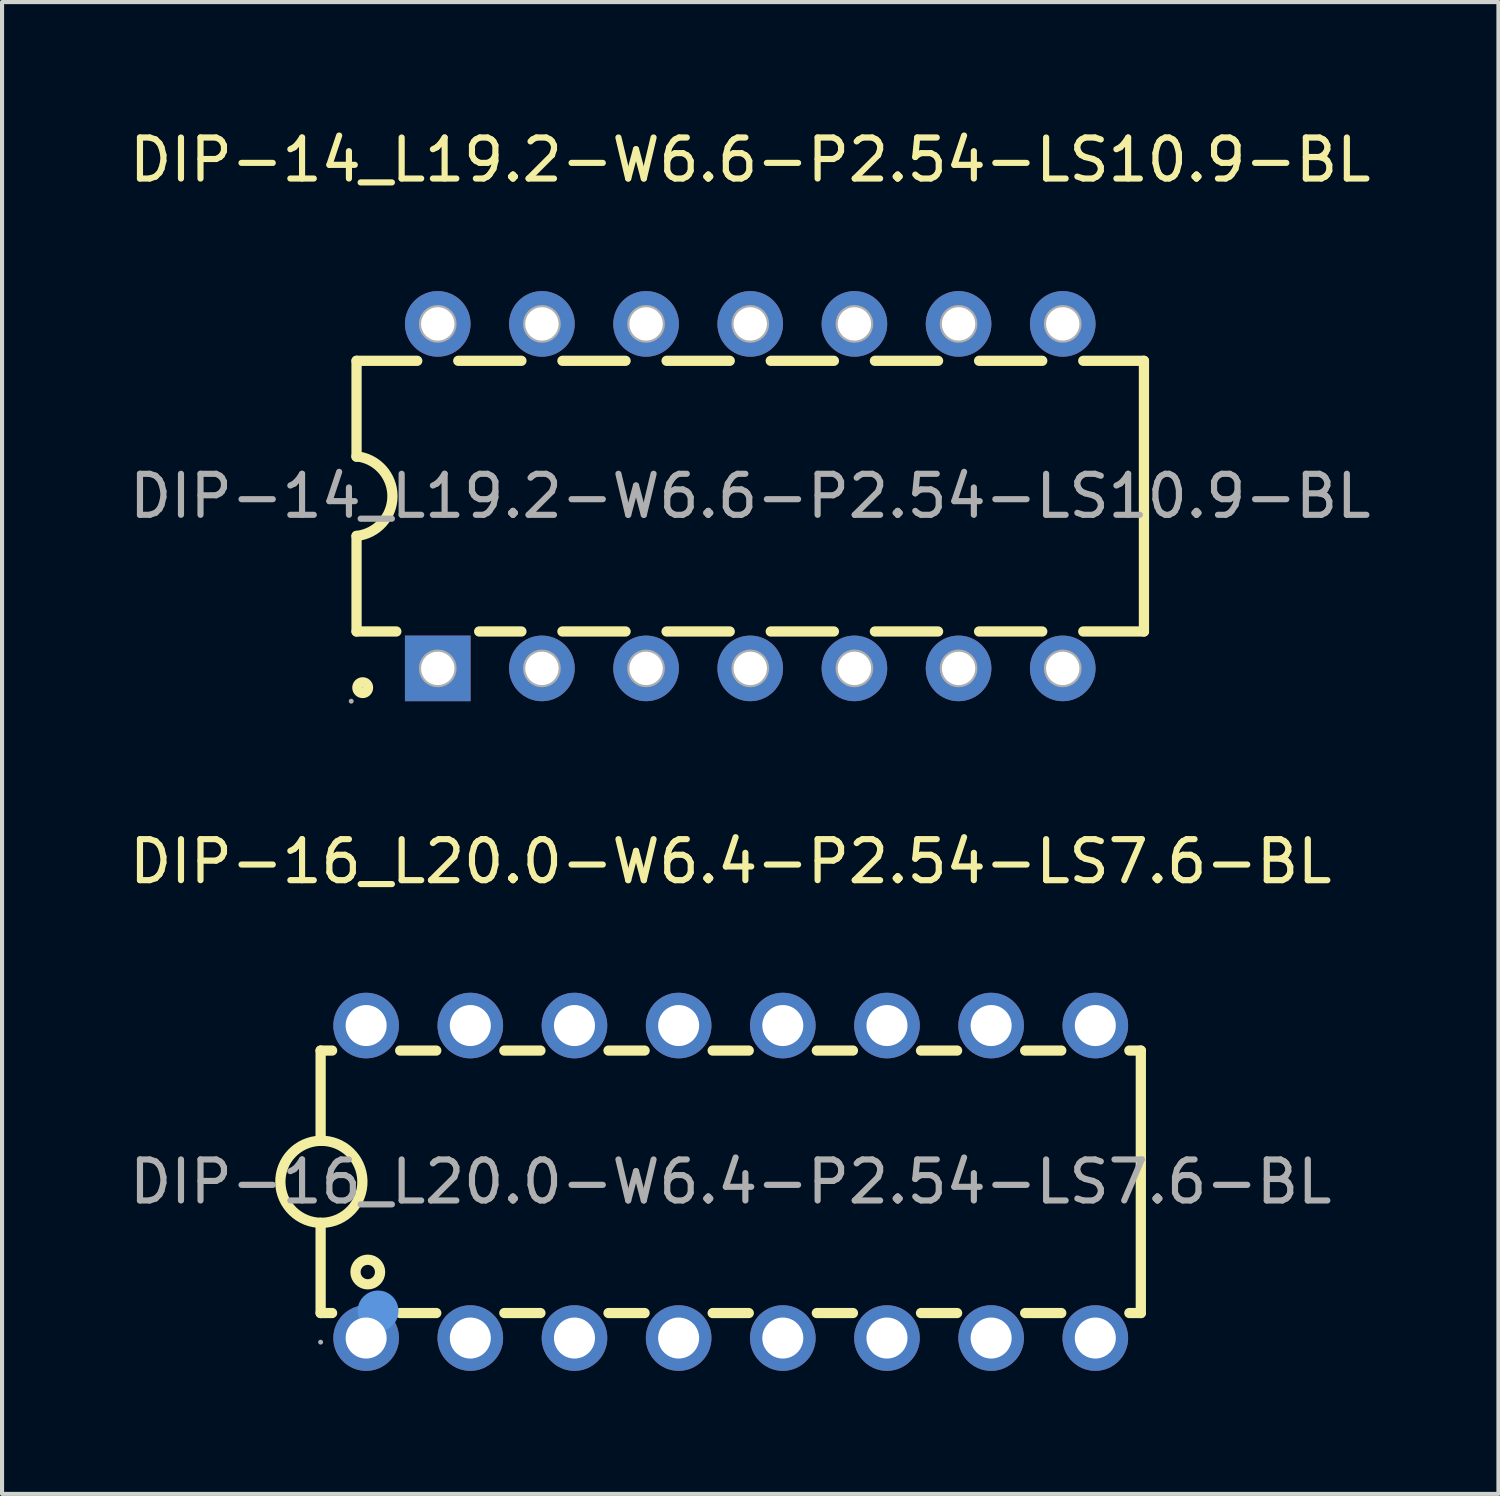
<source format=kicad_pcb>
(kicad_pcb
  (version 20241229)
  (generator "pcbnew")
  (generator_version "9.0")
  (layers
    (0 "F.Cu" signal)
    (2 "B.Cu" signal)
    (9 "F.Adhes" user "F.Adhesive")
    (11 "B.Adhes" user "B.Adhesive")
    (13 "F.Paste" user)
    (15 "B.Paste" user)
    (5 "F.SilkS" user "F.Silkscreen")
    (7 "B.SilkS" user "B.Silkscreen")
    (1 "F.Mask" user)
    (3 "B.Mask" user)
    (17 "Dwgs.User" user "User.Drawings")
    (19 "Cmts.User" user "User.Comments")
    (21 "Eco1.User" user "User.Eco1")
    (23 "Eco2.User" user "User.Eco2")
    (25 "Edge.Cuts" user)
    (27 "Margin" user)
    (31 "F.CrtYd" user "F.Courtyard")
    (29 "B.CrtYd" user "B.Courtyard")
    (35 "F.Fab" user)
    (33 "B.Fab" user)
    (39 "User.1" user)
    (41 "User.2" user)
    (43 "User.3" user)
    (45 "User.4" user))
  (footprint "DIP-16_L20.0-W6.4-P2.54-LS7.6-BL"
    (layer "F.Cu")
    (at 14.768 25.767)
    (property "Reference" "DIP-16_L20.0-W6.4-P2.54-LS7.6-BL" (at 0 -7.81 0) (layer "F.SilkS") (effects (font (size 1 1) (thickness 0.15))))
    (attr through_hole)
    (fp_line (start -10 -3.2) (end -9.72 -3.2) (stroke (width 0.25) (type solid)) (layer "F.SilkS"))
    (fp_line (start -10 -1) (end -10 -3.2) (stroke (width 0.25) (type solid)) (layer "F.SilkS"))
    (fp_line (start -10 3.2) (end -10 1) (stroke (width 0.25) (type solid)) (layer "F.SilkS"))
    (fp_line (start -10 3.2) (end -9.72 3.2) (stroke (width 0.25) (type solid)) (layer "F.SilkS"))
    (fp_line (start -8.06 -3.2) (end -7.18 -3.2) (stroke (width 0.25) (type solid)) (layer "F.SilkS"))
    (fp_line (start -8.06 3.2) (end -7.18 3.2) (stroke (width 0.25) (type solid)) (layer "F.SilkS"))
    (fp_line (start -5.52 -3.2) (end -4.64 -3.2) (stroke (width 0.25) (type solid)) (layer "F.SilkS"))
    (fp_line (start -5.52 3.2) (end -4.64 3.2) (stroke (width 0.25) (type solid)) (layer "F.SilkS"))
    (fp_line (start -2.98 -3.2) (end -2.1 -3.2) (stroke (width 0.25) (type solid)) (layer "F.SilkS"))
    (fp_line (start -2.98 3.2) (end -2.1 3.2) (stroke (width 0.25) (type solid)) (layer "F.SilkS"))
    (fp_line (start -0.44 -3.2) (end 0.44 -3.2) (stroke (width 0.25) (type solid)) (layer "F.SilkS"))
    (fp_line (start -0.44 3.2) (end 0.44 3.2) (stroke (width 0.25) (type solid)) (layer "F.SilkS"))
    (fp_line (start 2.1 -3.2) (end 2.98 -3.2) (stroke (width 0.25) (type solid)) (layer "F.SilkS"))
    (fp_line (start 2.1 3.2) (end 2.98 3.2) (stroke (width 0.25) (type solid)) (layer "F.SilkS"))
    (fp_line (start 4.64 -3.2) (end 5.52 -3.2) (stroke (width 0.25) (type solid)) (layer "F.SilkS"))
    (fp_line (start 4.64 3.2) (end 5.52 3.2) (stroke (width 0.25) (type solid)) (layer "F.SilkS"))
    (fp_line (start 7.18 -3.2) (end 8.06 -3.2) (stroke (width 0.25) (type solid)) (layer "F.SilkS"))
    (fp_line (start 7.18 3.2) (end 8.06 3.2) (stroke (width 0.25) (type solid)) (layer "F.SilkS"))
    (fp_line (start 9.72 -3.2) (end 10 -3.2) (stroke (width 0.25) (type solid)) (layer "F.SilkS"))
    (fp_line (start 9.72 3.2) (end 10 3.2) (stroke (width 0.25) (type solid)) (layer "F.SilkS"))
    (fp_line (start 10 3.2) (end 10 -3.2) (stroke (width 0.25) (type solid)) (layer "F.SilkS"))
    (fp_arc (start -9.967457 1.000371) (mid -10.001272 -1.000223) (end -9.95 1) (stroke (width 0.25) (type solid)) (layer "F.SilkS"))
    (fp_circle (center -8.85 2.2) (end -8.55 2.2) (stroke (width 0.25) (type solid)) (fill no) (layer "F.SilkS"))
    (fp_circle (center -8.6 3.15) (end -8.35 3.15) (stroke (width 0.5) (type solid)) (fill no) (layer "Cmts.User"))
    (fp_circle (center -10 3.91) (end -9.97 3.91) (stroke (width 0.06) (type solid)) (fill no) (layer "F.Fab"))
    (fp_text user "${REFERENCE}" (at 0 0 0) (layer "F.Fab") (effects (font (size 1 1) (thickness 0.15))))
    (pad "1" thru_hole circle (at -8.89 3.81 90) (size 1.6 1.6) (drill 1) (layers "*.Cu" "*.Paste" "*.Mask"))
    (pad "2" thru_hole circle (at -6.35 3.81 90) (size 1.6 1.6) (drill 1) (layers "*.Cu" "*.Paste" "*.Mask"))
    (pad "3" thru_hole circle (at -3.81 3.81 90) (size 1.6 1.6) (drill 1) (layers "*.Cu" "*.Paste" "*.Mask"))
    (pad "4" thru_hole circle (at -1.27 3.81 90) (size 1.6 1.6) (drill 1) (layers "*.Cu" "*.Paste" "*.Mask"))
    (pad "5" thru_hole circle (at 1.27 3.81 90) (size 1.6 1.6) (drill 1) (layers "*.Cu" "*.Paste" "*.Mask"))
    (pad "6" thru_hole circle (at 3.81 3.81 90) (size 1.6 1.6) (drill 1) (layers "*.Cu" "*.Paste" "*.Mask"))
    (pad "7" thru_hole circle (at 6.35 3.81 90) (size 1.6 1.6) (drill 1) (layers "*.Cu" "*.Paste" "*.Mask"))
    (pad "8" thru_hole circle (at 8.89 3.81 90) (size 1.6 1.6) (drill 1) (layers "*.Cu" "*.Paste" "*.Mask"))
    (pad "9" thru_hole circle (at 8.89 -3.81 90) (size 1.6 1.6) (drill 1) (layers "*.Cu" "*.Paste" "*.Mask"))
    (pad "10" thru_hole circle (at 6.35 -3.81 90) (size 1.6 1.6) (drill 1) (layers "*.Cu" "*.Paste" "*.Mask"))
    (pad "11" thru_hole circle (at 3.81 -3.81 90) (size 1.6 1.6) (drill 1) (layers "*.Cu" "*.Paste" "*.Mask"))
    (pad "12" thru_hole circle (at 1.27 -3.81 90) (size 1.6 1.6) (drill 1) (layers "*.Cu" "*.Paste" "*.Mask"))
    (pad "13" thru_hole circle (at -1.27 -3.81 90) (size 1.6 1.6) (drill 1) (layers "*.Cu" "*.Paste" "*.Mask"))
    (pad "14" thru_hole circle (at -3.81 -3.81 90) (size 1.6 1.6) (drill 1) (layers "*.Cu" "*.Paste" "*.Mask"))
    (pad "15" thru_hole circle (at -6.35 -3.81 90) (size 1.6 1.6) (drill 1) (layers "*.Cu" "*.Paste" "*.Mask"))
    (pad "16" thru_hole circle (at -8.89 -3.81 90) (size 1.6 1.6) (drill 1) (layers "*.Cu" "*.Paste" "*.Mask")))
  (footprint "DIP-14_L19.2-W6.6-P2.54-LS10.9-BL"
    (layer "F.Cu")
    (at 15.244 9.048)
    (property "Reference" "DIP-14_L19.2-W6.6-P2.54-LS10.9-BL" (at 0 -8.2 0) (layer "F.SilkS") (effects (font (size 1 1) (thickness 0.15))))
    (attr through_hole)
    (fp_line (start -9.6 -3.3) (end -9.6 -0.96) (stroke (width 0.25) (type solid)) (layer "F.SilkS"))
    (fp_line (start -9.6 -3.3) (end -8.12 -3.3) (stroke (width 0.25) (type solid)) (layer "F.SilkS"))
    (fp_line (start -9.6 3.3) (end -9.6 0.97) (stroke (width 0.25) (type solid)) (layer "F.SilkS"))
    (fp_line (start -9.6 3.3) (end -8.63 3.3) (stroke (width 0.25) (type solid)) (layer "F.SilkS"))
    (fp_line (start -7.12 -3.3) (end -5.58 -3.3) (stroke (width 0.25) (type solid)) (layer "F.SilkS"))
    (fp_line (start -6.61 3.3) (end -5.58 3.3) (stroke (width 0.25) (type solid)) (layer "F.SilkS"))
    (fp_line (start -4.58 -3.3) (end -3.04 -3.3) (stroke (width 0.25) (type solid)) (layer "F.SilkS"))
    (fp_line (start -4.58 3.3) (end -3.04 3.3) (stroke (width 0.25) (type solid)) (layer "F.SilkS"))
    (fp_line (start -2.04 -3.3) (end -0.5 -3.3) (stroke (width 0.25) (type solid)) (layer "F.SilkS"))
    (fp_line (start -2.04 3.3) (end -0.5 3.3) (stroke (width 0.25) (type solid)) (layer "F.SilkS"))
    (fp_line (start 0.5 -3.3) (end 2.04 -3.3) (stroke (width 0.25) (type solid)) (layer "F.SilkS"))
    (fp_line (start 0.5 3.3) (end 2.04 3.3) (stroke (width 0.25) (type solid)) (layer "F.SilkS"))
    (fp_line (start 3.04 -3.3) (end 4.58 -3.3) (stroke (width 0.25) (type solid)) (layer "F.SilkS"))
    (fp_line (start 3.04 3.3) (end 4.58 3.3) (stroke (width 0.25) (type solid)) (layer "F.SilkS"))
    (fp_line (start 5.58 -3.3) (end 7.12 -3.3) (stroke (width 0.25) (type solid)) (layer "F.SilkS"))
    (fp_line (start 5.58 3.3) (end 7.12 3.3) (stroke (width 0.25) (type solid)) (layer "F.SilkS"))
    (fp_line (start 8.12 -3.3) (end 9.6 -3.3) (stroke (width 0.25) (type solid)) (layer "F.SilkS"))
    (fp_line (start 8.12 3.3) (end 9.6 3.3) (stroke (width 0.25) (type solid)) (layer "F.SilkS"))
    (fp_line (start 9.6 -3.3) (end 9.6 3.3) (stroke (width 0.25) (type solid)) (layer "F.SilkS"))
    (fp_arc (start -9.602235 -0.970228) (mid -8.724859 -0.001123) (end -9.6 0.97) (stroke (width 0.25) (type solid)) (layer "F.SilkS"))
    (fp_circle (center -9.45 4.67) (end -9.32 4.67) (stroke (width 0.25) (type solid)) (fill no) (layer "F.SilkS"))
    (fp_circle (center -9.73 5) (end -9.7 5) (stroke (width 0.06) (type solid)) (fill no) (layer "F.Fab"))
    (fp_circle (center -7.62 -4.2) (end -7.47 -4.2) (stroke (width 0.31) (type solid)) (fill no) (layer "F.Fab"))
    (fp_circle (center -7.62 4.2) (end -7.47 4.2) (stroke (width 0.31) (type solid)) (fill no) (layer "F.Fab"))
    (fp_circle (center -5.08 -4.2) (end -4.93 -4.2) (stroke (width 0.31) (type solid)) (fill no) (layer "F.Fab"))
    (fp_circle (center -5.08 4.2) (end -4.93 4.2) (stroke (width 0.31) (type solid)) (fill no) (layer "F.Fab"))
    (fp_circle (center -2.54 -4.2) (end -2.39 -4.2) (stroke (width 0.31) (type solid)) (fill no) (layer "F.Fab"))
    (fp_circle (center -2.54 4.2) (end -2.39 4.2) (stroke (width 0.31) (type solid)) (fill no) (layer "F.Fab"))
    (fp_circle (center 0 -4.2) (end 0.15 -4.2) (stroke (width 0.31) (type solid)) (fill no) (layer "F.Fab"))
    (fp_circle (center 0 4.2) (end 0.15 4.2) (stroke (width 0.31) (type solid)) (fill no) (layer "F.Fab"))
    (fp_circle (center 2.54 -4.2) (end 2.69 -4.2) (stroke (width 0.31) (type solid)) (fill no) (layer "F.Fab"))
    (fp_circle (center 2.54 4.2) (end 2.69 4.2) (stroke (width 0.31) (type solid)) (fill no) (layer "F.Fab"))
    (fp_circle (center 5.08 -4.2) (end 5.23 -4.2) (stroke (width 0.31) (type solid)) (fill no) (layer "F.Fab"))
    (fp_circle (center 5.08 4.2) (end 5.23 4.2) (stroke (width 0.31) (type solid)) (fill no) (layer "F.Fab"))
    (fp_circle (center 7.62 -4.2) (end 7.77 -4.2) (stroke (width 0.31) (type solid)) (fill no) (layer "F.Fab"))
    (fp_circle (center 7.62 4.2) (end 7.77 4.2) (stroke (width 0.31) (type solid)) (fill no) (layer "F.Fab"))
    (fp_text user "${REFERENCE}" (at 0 0 0) (layer "F.Fab") (effects (font (size 1 1) (thickness 0.15))))
    (pad "1" thru_hole rect (at -7.62 4.2) (size 1.6 1.6) (drill 0.813) (layers "*.Cu" "*.Paste" "*.Mask"))
    (pad "2" thru_hole circle (at -5.08 4.2) (size 1.6 1.6) (drill 0.813) (layers "*.Cu" "*.Paste" "*.Mask"))
    (pad "3" thru_hole circle (at -2.54 4.2) (size 1.6 1.6) (drill 0.813) (layers "*.Cu" "*.Paste" "*.Mask"))
    (pad "4" thru_hole circle (at 0 4.2) (size 1.6 1.6) (drill 0.813) (layers "*.Cu" "*.Paste" "*.Mask"))
    (pad "5" thru_hole circle (at 2.54 4.2) (size 1.6 1.6) (drill 0.813) (layers "*.Cu" "*.Paste" "*.Mask"))
    (pad "6" thru_hole circle (at 5.08 4.2) (size 1.6 1.6) (drill 0.813) (layers "*.Cu" "*.Paste" "*.Mask"))
    (pad "7" thru_hole circle (at 7.62 4.2) (size 1.6 1.6) (drill 0.813) (layers "*.Cu" "*.Paste" "*.Mask"))
    (pad "8" thru_hole circle (at 7.62 -4.2) (size 1.6 1.6) (drill 0.813) (layers "*.Cu" "*.Paste" "*.Mask"))
    (pad "9" thru_hole circle (at 5.08 -4.2) (size 1.6 1.6) (drill 0.813) (layers "*.Cu" "*.Paste" "*.Mask"))
    (pad "10" thru_hole circle (at 2.54 -4.2) (size 1.6 1.6) (drill 0.813) (layers "*.Cu" "*.Paste" "*.Mask"))
    (pad "11" thru_hole circle (at 0 -4.2) (size 1.6 1.6) (drill 0.813) (layers "*.Cu" "*.Paste" "*.Mask"))
    (pad "12" thru_hole circle (at -2.54 -4.2) (size 1.6 1.6) (drill 0.813) (layers "*.Cu" "*.Paste" "*.Mask"))
    (pad "13" thru_hole circle (at -5.08 -4.2) (size 1.6 1.6) (drill 0.813) (layers "*.Cu" "*.Paste" "*.Mask"))
    (pad "14" thru_hole circle (at -7.62 -4.2) (size 1.6 1.6) (drill 0.813) (layers "*.Cu" "*.Paste" "*.Mask")))
  (gr_rect
    (start -3 -3)
    (end 33.488 33.377)
    (stroke (width 0.1) (type default))
    (fill no)
    (layer "Edge.Cuts")))
</source>
